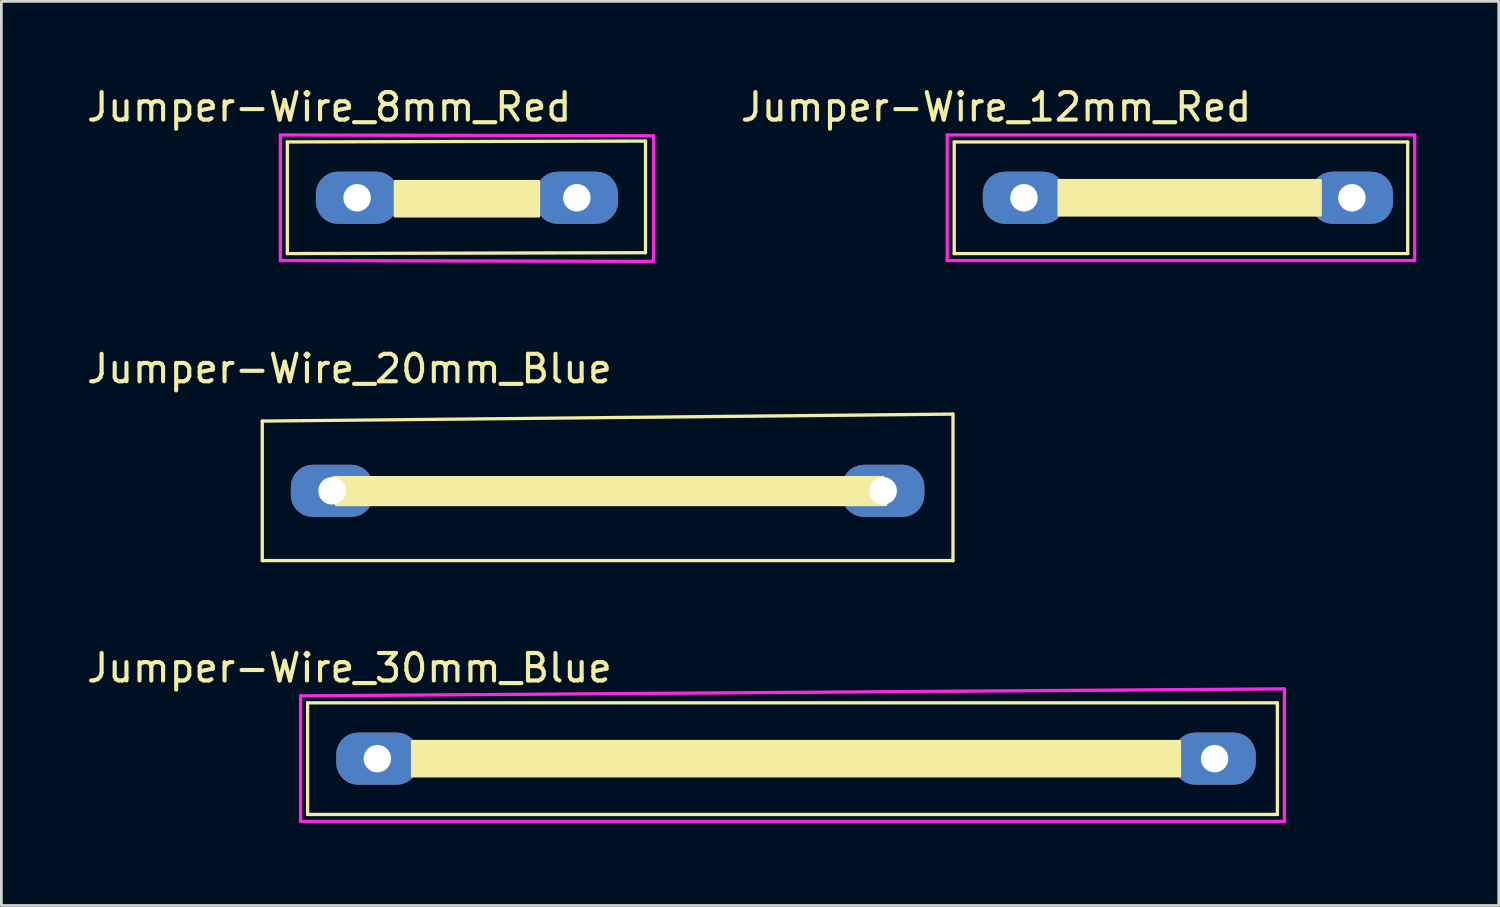
<source format=kicad_pcb>
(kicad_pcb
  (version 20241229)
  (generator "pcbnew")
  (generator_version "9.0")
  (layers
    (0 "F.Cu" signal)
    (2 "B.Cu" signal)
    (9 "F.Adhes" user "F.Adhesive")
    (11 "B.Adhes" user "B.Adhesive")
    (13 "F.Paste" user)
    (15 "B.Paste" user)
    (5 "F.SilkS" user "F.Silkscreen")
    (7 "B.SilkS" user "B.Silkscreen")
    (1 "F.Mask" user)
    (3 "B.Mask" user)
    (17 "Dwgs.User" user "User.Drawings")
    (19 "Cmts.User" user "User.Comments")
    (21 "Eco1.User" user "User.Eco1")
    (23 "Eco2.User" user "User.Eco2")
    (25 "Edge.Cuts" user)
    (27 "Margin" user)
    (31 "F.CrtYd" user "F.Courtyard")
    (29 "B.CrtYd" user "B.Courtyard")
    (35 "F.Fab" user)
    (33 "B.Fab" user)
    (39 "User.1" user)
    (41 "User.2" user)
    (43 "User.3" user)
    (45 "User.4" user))
  (footprint "Jumper-Wire_12mm_Red"
    (layer "F.Cu")
    (at 34.23 4.15)
    (property "Reference" "Jumper-Wire_12mm_Red" (at -1.016 -3.302 0) (layer "F.SilkS") (effects (font (size 1 1) (thickness 0.15))))
    (attr through_hole)
    (fp_line (start -2.54 -2.032) (end 13.97 -2.032) (stroke (width 0.12) (type solid)) (layer "F.SilkS"))
    (fp_line (start -2.54 2.032) (end -2.54 -2.032) (stroke (width 0.12) (type solid)) (layer "F.SilkS"))
    (fp_line (start 13.97 -2.032) (end 13.97 2.032) (stroke (width 0.12) (type solid)) (layer "F.SilkS"))
    (fp_line (start 13.97 2.032) (end -2.54 2.032) (stroke (width 0.12) (type solid)) (layer "F.SilkS"))
    (fp_poly (pts (xy 10.795 0.635) (xy 1.27 0.635) (xy 1.27 -0.635) (xy 10.795 -0.635)) (stroke (width 0.1) (type solid)) (fill yes) (layer "F.SilkS"))
    (fp_line (start -2.794 -2.286) (end 14.224 -2.286) (stroke (width 0.12) (type solid)) (layer "F.CrtYd"))
    (fp_line (start -2.794 2.286) (end -2.794 -2.286) (stroke (width 0.12) (type solid)) (layer "F.CrtYd"))
    (fp_line (start 14.224 -2.286) (end 14.224 2.286) (stroke (width 0.12) (type solid)) (layer "F.CrtYd"))
    (fp_line (start 14.224 2.286) (end -2.794 2.286) (stroke (width 0.12) (type solid)) (layer "F.CrtYd"))
    (pad "1" thru_hole roundrect (at 0 0) (size 3 1.9) (drill 1) (layers "B.Cu") (roundrect_rratio 0.421))
    (pad "2" thru_hole roundrect (at 11.938 0) (size 3 1.9) (drill 1) (layers "B.Cu") (roundrect_rratio 0.421)))
  (footprint "Jumper-Wire_30mm_Blue"
    (layer "F.Cu")
    (at 10.689 24.57)
    (property "Reference" "Jumper-Wire_30mm_Blue" (at -1.016 -3.302 0) (layer "F.SilkS") (effects (font (size 1 1) (thickness 0.15))))
    (attr through_hole)
    (fp_line (start -2.54 -2.032) (end 32.766 -2.032) (stroke (width 0.12) (type solid)) (layer "F.SilkS"))
    (fp_line (start -2.54 2.032) (end -2.54 -2.032) (stroke (width 0.12) (type solid)) (layer "F.SilkS"))
    (fp_line (start 32.766 -2.032) (end 32.766 2.032) (stroke (width 0.12) (type solid)) (layer "F.SilkS"))
    (fp_line (start 32.766 2.032) (end -2.54 2.032) (stroke (width 0.12) (type solid)) (layer "F.SilkS"))
    (fp_poly (pts (xy 29.21 0.635) (xy 1.27 0.635) (xy 1.27 -0.635) (xy 29.21 -0.635)) (stroke (width 0.1) (type solid)) (fill yes) (layer "F.SilkS"))
    (fp_line (start -2.794 -2.286) (end 33.02 -2.54) (stroke (width 0.12) (type solid)) (layer "F.CrtYd"))
    (fp_line (start -2.794 2.286) (end -2.794 -2.286) (stroke (width 0.12) (type solid)) (layer "F.CrtYd"))
    (fp_line (start 33.02 -2.54) (end 33.02 2.286) (stroke (width 0.12) (type solid)) (layer "F.CrtYd"))
    (fp_line (start 33.02 2.286) (end -2.794 2.286) (stroke (width 0.12) (type solid)) (layer "F.CrtYd"))
    (pad "1" thru_hole roundrect (at 0 0) (size 3 1.9) (drill 1) (layers "B.Cu") (roundrect_rratio 0.421))
    (pad "2" thru_hole roundrect (at 30.48 0) (size 3 1.9) (drill 1) (layers "B.Cu") (roundrect_rratio 0.421)))
  (footprint "Jumper-Wire_20mm_Blue"
    (layer "F.Cu")
    (at 9.038 14.82)
    (property "Reference" "Jumper-Wire_20mm_Blue" (at 0.635 -4.445 0) (layer "F.SilkS") (effects (font (size 1 1) (thickness 0.15))))
    (attr through_hole)
    (fp_line (start -2.54 -2.54) (end 22.606 -2.794) (stroke (width 0.12) (type solid)) (layer "F.SilkS"))
    (fp_line (start -2.54 2.54) (end -2.54 -2.54) (stroke (width 0.12) (type solid)) (layer "F.SilkS"))
    (fp_line (start 22.606 -2.794) (end 22.606 2.54) (stroke (width 0.12) (type solid)) (layer "F.SilkS"))
    (fp_line (start 22.606 2.54) (end -2.54 2.54) (stroke (width 0.12) (type solid)) (layer "F.SilkS"))
    (fp_poly (pts (xy 20.167 0.508) (xy 0.153 0.508) (xy 0.052 -0.49) (xy 20.066 -0.49)) (stroke (width 0.1) (type solid)) (fill yes) (layer "F.SilkS"))
    (pad "1" thru_hole roundrect (at 0 0) (size 3 1.9) (drill 1) (layers "B.Cu") (roundrect_rratio 0.421))
    (pad "2" thru_hole roundrect (at 20.066 0) (size 3 1.9) (drill 1) (layers "B.Cu") (roundrect_rratio 0.421)))
  (footprint "Jumper-Wire_8mm_Red"
    (layer "F.Cu")
    (at 9.951 4.15)
    (property "Reference" "Jumper-Wire_8mm_Red" (at -1.016 -3.302 0) (layer "F.SilkS") (effects (font (size 1 1) (thickness 0.15))))
    (attr through_hole)
    (fp_line (start -2.54 -2.032) (end 10.5 -2.064) (stroke (width 0.12) (type solid)) (layer "F.SilkS"))
    (fp_line (start -2.54 2.032) (end -2.54 -2.032) (stroke (width 0.12) (type solid)) (layer "F.SilkS"))
    (fp_line (start 10.5 -2.064) (end 10.5 2) (stroke (width 0.12) (type solid)) (layer "F.SilkS"))
    (fp_line (start 10.5 2) (end -2.54 2.032) (stroke (width 0.12) (type solid)) (layer "F.SilkS"))
    (fp_poly (pts (xy 6.614 0.67) (xy 1.384 0.67) (xy 1.384 -0.6) (xy 6.614 -0.6)) (stroke (width 0.1) (type solid)) (fill yes) (layer "F.SilkS"))
    (fp_line (start -2.794 -2.286) (end 10.793 -2.255) (stroke (width 0.12) (type solid)) (layer "F.CrtYd"))
    (fp_line (start -2.794 2.286) (end -2.794 -2.286) (stroke (width 0.12) (type solid)) (layer "F.CrtYd"))
    (fp_line (start 10.793 -2.255) (end 10.793 2.317) (stroke (width 0.12) (type solid)) (layer "F.CrtYd"))
    (fp_line (start 10.793 2.317) (end -2.794 2.286) (stroke (width 0.12) (type solid)) (layer "F.CrtYd"))
    (pad "1" thru_hole roundrect (at 0 0) (size 3 1.9) (drill 1) (layers "B.Cu") (roundrect_rratio 0.421))
    (pad "2" thru_hole roundrect (at 8 0) (size 3 1.9) (drill 1) (layers "B.Cu") (roundrect_rratio 0.421)))
  (gr_rect
    (start -3 -3)
    (end 51.514 29.916)
    (stroke (width 0.1) (type default))
    (fill no)
    (layer "Edge.Cuts")))
</source>
